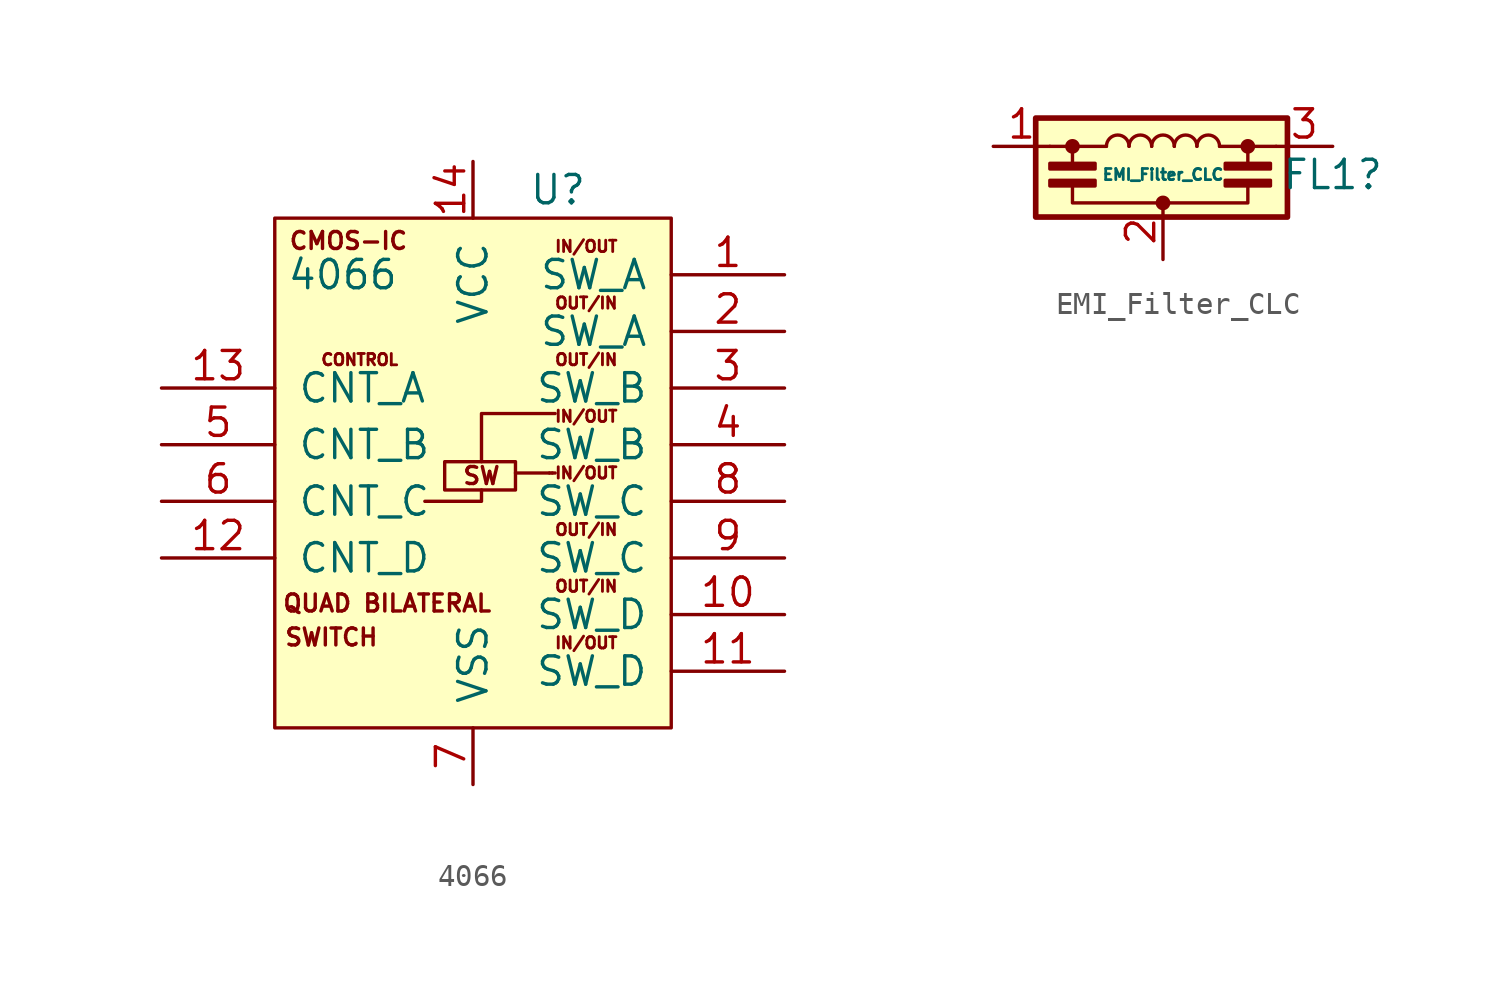
<source format=kicad_sym>
(kicad_symbol_lib
  (version 20220914)
  (generator kicad_symbol_editor)
  (symbol "4066"
    (pin_names
      (offset 1.016))
    (property "Reference" "U"
      (at 3.81 12.7 0)
      (effects (font (size 1.27 1.27))))
    (property "Value" "4066"
      (at -5.842 8.89 0)
      (effects (font (size 1.27 1.27))))
    (symbol "4066_0_0"
      (rectangle (start -8.89 11.43) (end 8.89 -11.43) (stroke (width 0.152) (type default)) (fill (type background)))
      (rectangle (start -1.27 0.508) (end 1.905 -0.762) (stroke (width 0.152) (type default)) (fill (type none)))
      (polyline (pts (xy 1.905 0) (xy 3.429 0)) (stroke (width 0.152) (type default)) (fill (type none)))
      (polyline (pts (xy 3.429 0) (xy 3.556 0)) (stroke (width 0.152) (type default)) (fill (type none)))
      (polyline (pts (xy 3.556 0) (xy 3.683 0)) (stroke (width 0.152) (type default)) (fill (type none)))
      (polyline (pts (xy 0.381 -0.762) (xy 0.381 -1.27) (xy -2.159 -1.27)) (stroke (width 0.152) (type default)) (fill (type none)))
      (polyline (pts (xy 3.683 2.667) (xy 0.381 2.667) (xy 0.381 0.508)) (stroke (width 0.152) (type default)) (fill (type none)))
      (text "CMOS-IC" (at -5.588 10.414 0) (effects (font (size 0.762 0.762))))
      (text "CONTROL" (at -5.08 5.08 0) (effects (font (size 0.508 0.508))))
      (text "IN/OUT" (at 5.08 -7.62 0) (effects (font (size 0.508 0.508))))
      (text "IN/OUT" (at 5.08 0 0) (effects (font (size 0.508 0.508))))
      (text "IN/OUT" (at 5.08 2.54 0) (effects (font (size 0.508 0.508))))
      (text "IN/OUT" (at 5.08 10.16 0) (effects (font (size 0.508 0.508))))
      (text "OUT/IN" (at 5.08 -5.08 0) (effects (font (size 0.508 0.508))))
      (text "OUT/IN" (at 5.08 -2.54 0) (effects (font (size 0.508 0.508))))
      (text "OUT/IN" (at 5.08 5.08 0) (effects (font (size 0.508 0.508))))
      (text "OUT/IN" (at 5.08 7.62 0) (effects (font (size 0.508 0.508))))
      (text "QUAD BILATERAL " (at -3.556 -5.842 0) (effects (font (size 0.762 0.762))))
      (text "SW" (at 0.381 -0.127 0) (effects (font (size 0.762 0.762))))
      (text "SWITCH" (at -6.35 -7.366 0) (effects (font (size 0.762 0.762))))
      (pin bidirectional line (at 13.97 8.89 180) (length 5.08) (name "SW_A" (effects (font (size 1.27 1.27)))) (number "1" (effects (font (size 1.27 1.27)))))
      (pin bidirectional line (at 13.97 -6.35 180) (length 5.08) (name "SW_D" (effects (font (size 1.27 1.27)))) (number "10" (effects (font (size 1.27 1.27)))))
      (pin bidirectional line (at 13.97 -8.89 180) (length 5.08) (name "SW_D" (effects (font (size 1.27 1.27)))) (number "11" (effects (font (size 1.27 1.27)))))
      (pin input line (at -13.97 -3.81 0) (length 5.08) (name "CNT_D" (effects (font (size 1.27 1.27)))) (number "12" (effects (font (size 1.27 1.27)))))
      (pin input line (at -13.97 3.81 0) (length 5.08) (name "CNT_A" (effects (font (size 1.27 1.27)))) (number "13" (effects (font (size 1.27 1.27)))))
      (pin power_in line (at 0 13.97 270) (length 2.54) (name "VCC" (effects (font (size 1.27 1.27)))) (number "14" (effects (font (size 1.27 1.27)))))
      (pin bidirectional line (at 13.97 6.35 180) (length 5.08) (name "SW_A" (effects (font (size 1.27 1.27)))) (number "2" (effects (font (size 1.27 1.27)))))
      (pin bidirectional line (at 13.97 3.81 180) (length 5.08) (name "SW_B" (effects (font (size 1.27 1.27)))) (number "3" (effects (font (size 1.27 1.27)))))
      (pin bidirectional line (at 13.97 1.27 180) (length 5.08) (name "SW_B" (effects (font (size 1.27 1.27)))) (number "4" (effects (font (size 1.27 1.27)))))
      (pin input line (at -13.97 1.27 0) (length 5.08) (name "CNT_B" (effects (font (size 1.27 1.27)))) (number "5" (effects (font (size 1.27 1.27)))))
      (pin input line (at -13.97 -1.27 0) (length 5.08) (name "CNT_C" (effects (font (size 1.27 1.27)))) (number "6" (effects (font (size 1.27 1.27)))))
      (pin power_in line (at 0 -13.97 90) (length 2.54) (name "VSS" (effects (font (size 1.27 1.27)))) (number "7" (effects (font (size 1.27 1.27)))))
      (pin bidirectional line (at 13.97 -1.27 180) (length 5.08) (name "SW_C" (effects (font (size 1.27 1.27)))) (number "8" (effects (font (size 1.27 1.27)))))
      (pin bidirectional line (at 13.97 -3.81 180) (length 5.08) (name "SW_C" (effects (font (size 1.27 1.27)))) (number "9" (effects (font (size 1.27 1.27)))))))
  (symbol "EMI_Filter_CLC"
    (pin_names
      (offset 0.254) hide)
    (property "Reference" "FL1"
      (at 7.62 1.27 0)
      (effects (font (size 1.27 1.27))))
    (property "Value" "EMI_Filter_CLC"
      (at 0 1.27 0)
      (effects (font (size 0.5 0.5))))
    (symbol "EMI_Filter_CLC_0_1"
      (rectangle (start -5.715 3.81) (end 5.588 -0.635) (stroke (width 0.254) (type default)) (fill (type background)))
      (rectangle (start -5.08 0.762) (end -3.048 1.016) (stroke (width 0) (type default)) (fill (type outline)))
      (circle (center -4.064 2.54) (radius 0.254) (stroke (width 0) (type default)) (fill (type outline)))
      (rectangle (start -3.048 1.524) (end -5.08 1.778) (stroke (width 0) (type default)) (fill (type outline)))
      (arc (start -1.524 2.54) (mid -2.032 3.0458) (end -2.54 2.54) (stroke (width 0) (type default)) (fill (type none)))
      (arc (start -0.508 2.54) (mid -1.016 3.0458) (end -1.524 2.54) (stroke (width 0) (type default)) (fill (type none)))
      (polyline (pts (xy -5.08 2.54) (xy -2.54 2.54)) (stroke (width 0) (type default)) (fill (type none)))
      (polyline (pts (xy -4.064 2.54) (xy -4.064 1.778)) (stroke (width 0) (type default)) (fill (type none)))
      (polyline (pts (xy 2.54 2.54) (xy 5.08 2.54)) (stroke (width 0) (type default)) (fill (type none)))
      (polyline (pts (xy 3.81 2.54) (xy 3.81 1.778)) (stroke (width 0) (type default)) (fill (type none)))
      (polyline (pts (xy -4.064 0.762) (xy -4.064 0) (xy 3.81 0) (xy 3.81 0.762)) (stroke (width 0) (type default)) (fill (type none)))
      (circle (center 0 0) (radius 0.254) (stroke (width 0) (type default)) (fill (type outline)))
      (arc (start 0.508 2.54) (mid 0 3.0458) (end -0.508 2.54) (stroke (width 0) (type default)) (fill (type none)))
      (arc (start 1.524 2.54) (mid 1.016 3.0458) (end 0.508 2.54) (stroke (width 0) (type default)) (fill (type none)))
      (arc (start 2.54 2.54) (mid 2.032 3.0458) (end 1.524 2.54) (stroke (width 0) (type default)) (fill (type none)))
      (rectangle (start 2.794 0.762) (end 4.826 1.016) (stroke (width 0) (type default)) (fill (type outline)))
      (circle (center 3.81 2.54) (radius 0.254) (stroke (width 0) (type default)) (fill (type outline)))
      (rectangle (start 4.826 1.524) (end 2.794 1.778) (stroke (width 0) (type default)) (fill (type outline))))
    (symbol "EMI_Filter_CLC_1_1"
      (pin passive line (at -7.62 2.54 0) (length 2.54) (name "1" (effects (font (size 1.27 1.27)))) (number "1" (effects (font (size 1.27 1.27)))))
      (pin passive line (at 0 -2.54 90) (length 2.54) (name "2" (effects (font (size 1.27 1.27)))) (number "2" (effects (font (size 1.27 1.27)))))
      (pin passive line (at 7.62 2.54 180) (length 2.54) (name "3" (effects (font (size 1.27 1.27)))) (number "3" (effects (font (size 1.27 1.27))))))))
</source>
